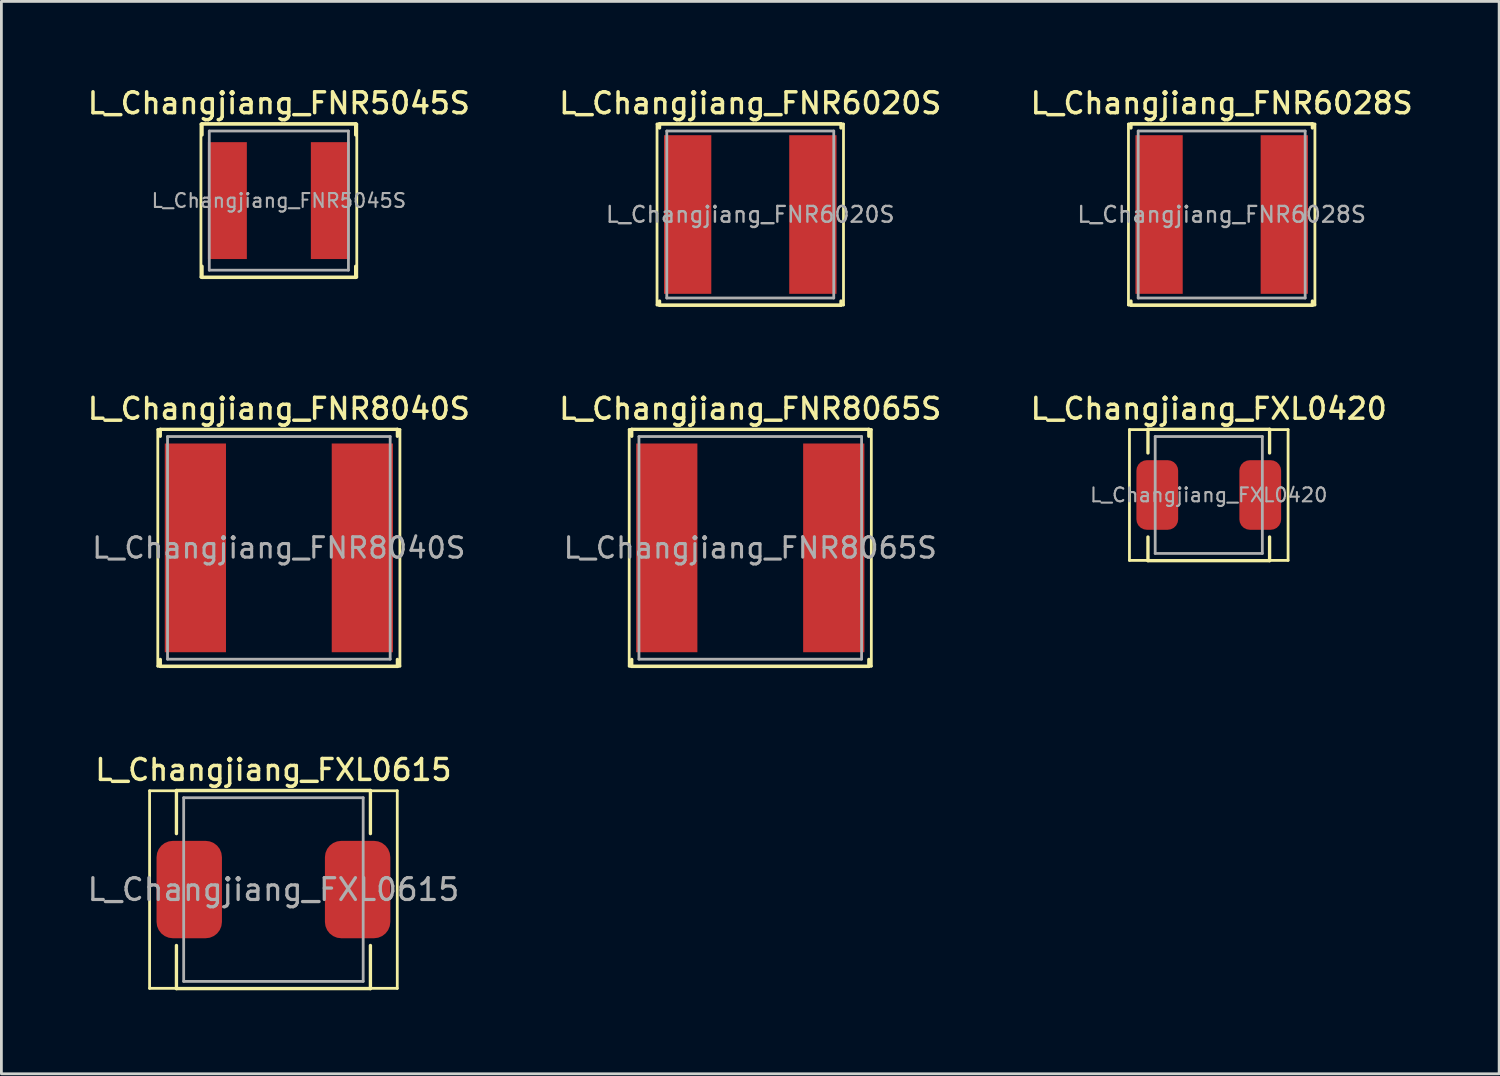
<source format=kicad_pcb>
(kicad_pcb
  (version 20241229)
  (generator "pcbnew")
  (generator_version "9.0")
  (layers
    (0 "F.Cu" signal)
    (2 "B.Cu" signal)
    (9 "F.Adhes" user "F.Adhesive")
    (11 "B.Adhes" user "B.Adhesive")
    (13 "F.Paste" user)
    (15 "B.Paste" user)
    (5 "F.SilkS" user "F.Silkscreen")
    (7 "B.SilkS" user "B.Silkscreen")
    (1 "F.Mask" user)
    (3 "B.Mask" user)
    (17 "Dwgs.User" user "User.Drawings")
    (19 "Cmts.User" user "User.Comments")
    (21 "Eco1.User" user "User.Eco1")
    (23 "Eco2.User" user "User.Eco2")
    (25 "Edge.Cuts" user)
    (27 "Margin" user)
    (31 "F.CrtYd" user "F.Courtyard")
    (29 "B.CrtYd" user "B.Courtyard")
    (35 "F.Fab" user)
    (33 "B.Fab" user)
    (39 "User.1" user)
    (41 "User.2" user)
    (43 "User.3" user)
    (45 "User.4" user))
  (footprint "L_Changjiang_FXL0420"
    (layer "F.Cu")
    (at 40.384 14.736)
    (property "Reference" "L_Changjiang_FXL0420" (at 0 -3.1 0) (layer "F.SilkS") (effects (font (size 0.75 0.75) (thickness 0.125))))
    (attr smd)
    (fp_line (start -2.85 -2.35) (end -2.85 2.35) (stroke (width 0.1) (type solid)) (layer "F.SilkS"))
    (fp_line (start -2.85 2.35) (end 2.85 2.35) (stroke (width 0.1) (type solid)) (layer "F.SilkS"))
    (fp_line (start -2.185 -2.36) (end -2.185 -1.51) (stroke (width 0.12) (type solid)) (layer "F.SilkS"))
    (fp_line (start -2.185 -2.36) (end 2.185 -2.36) (stroke (width 0.12) (type solid)) (layer "F.SilkS"))
    (fp_line (start -2.185 2.36) (end -2.185 1.51) (stroke (width 0.12) (type solid)) (layer "F.SilkS"))
    (fp_line (start -2.185 2.36) (end 2.185 2.36) (stroke (width 0.12) (type solid)) (layer "F.SilkS"))
    (fp_line (start 2.185 -2.36) (end 2.185 -1.51) (stroke (width 0.12) (type solid)) (layer "F.SilkS"))
    (fp_line (start 2.185 2.36) (end 2.185 1.51) (stroke (width 0.12) (type solid)) (layer "F.SilkS"))
    (fp_line (start 2.85 -2.35) (end -2.85 -2.35) (stroke (width 0.1) (type solid)) (layer "F.SilkS"))
    (fp_line (start 2.85 2.35) (end 2.85 -2.35) (stroke (width 0.1) (type solid)) (layer "F.SilkS"))
    (fp_line (start -1.925 -2.1) (end -1.925 2.1) (stroke (width 0.1) (type solid)) (layer "F.Fab"))
    (fp_line (start -1.925 2.1) (end 1.925 2.1) (stroke (width 0.1) (type solid)) (layer "F.Fab"))
    (fp_line (start 1.925 -2.1) (end -1.925 -2.1) (stroke (width 0.1) (type solid)) (layer "F.Fab"))
    (fp_line (start 1.925 2.1) (end 1.925 -2.1) (stroke (width 0.1) (type solid)) (layer "F.Fab"))
    (fp_text user "${REFERENCE}" (at 0 0 0) (layer "F.Fab") (effects (font (size 0.5 0.5) (thickness 0.075))))
    (pad "1" smd roundrect (at -1.85 0) (size 1.5 2.5) (layers "F.Cu" "F.Mask" "F.Paste") (roundrect_rratio 0.25))
    (pad "2" smd roundrect (at 1.85 0) (size 1.5 2.5) (layers "F.Cu" "F.Mask" "F.Paste") (roundrect_rratio 0.25)))
  (footprint "L_Changjiang_FNR8040S"
    (layer "F.Cu")
    (at 6.97 16.636)
    (property "Reference" "L_Changjiang_FNR8040S" (at 0 -5 0) (layer "F.SilkS") (effects (font (size 0.75 0.75) (thickness 0.125))))
    (attr smd)
    (fp_line (start -4.35 -4.25) (end -4.35 4.25) (stroke (width 0.1) (type solid)) (layer "F.SilkS"))
    (fp_line (start -4.35 4.25) (end 4.35 4.25) (stroke (width 0.1) (type solid)) (layer "F.SilkS"))
    (fp_line (start -4.26 -4.26) (end -4.26 -4.01) (stroke (width 0.12) (type solid)) (layer "F.SilkS"))
    (fp_line (start -4.26 -4.26) (end 4.26 -4.26) (stroke (width 0.12) (type solid)) (layer "F.SilkS"))
    (fp_line (start -4.26 4.26) (end -4.26 4.01) (stroke (width 0.12) (type solid)) (layer "F.SilkS"))
    (fp_line (start -4.26 4.26) (end 4.26 4.26) (stroke (width 0.12) (type solid)) (layer "F.SilkS"))
    (fp_line (start 4.26 -4.26) (end 4.26 -4.01) (stroke (width 0.12) (type solid)) (layer "F.SilkS"))
    (fp_line (start 4.26 4.26) (end 4.26 4.01) (stroke (width 0.12) (type solid)) (layer "F.SilkS"))
    (fp_line (start 4.35 -4.25) (end -4.35 -4.25) (stroke (width 0.1) (type solid)) (layer "F.SilkS"))
    (fp_line (start 4.35 4.25) (end 4.35 -4.25) (stroke (width 0.1) (type solid)) (layer "F.SilkS"))
    (fp_line (start -4 -4) (end -4 4) (stroke (width 0.1) (type solid)) (layer "F.Fab"))
    (fp_line (start -4 4) (end 4 4) (stroke (width 0.1) (type solid)) (layer "F.Fab"))
    (fp_line (start 4 -4) (end -4 -4) (stroke (width 0.1) (type solid)) (layer "F.Fab"))
    (fp_line (start 4 4) (end 4 -4) (stroke (width 0.1) (type solid)) (layer "F.Fab"))
    (fp_text user "${REFERENCE}" (at 0 0 0) (layer "F.Fab") (effects (font (size 0.733 0.733) (thickness 0.11))))
    (pad "1" smd rect (at -3 0) (size 2.2 7.5) (layers "F.Cu" "F.Mask" "F.Paste"))
    (pad "2" smd rect (at 3 0) (size 2.2 7.5) (layers "F.Cu" "F.Mask" "F.Paste")))
  (footprint "L_Changjiang_FNR6020S"
    (layer "F.Cu")
    (at 23.909 4.658)
    (property "Reference" "L_Changjiang_FNR6020S" (at 0 -4 0) (layer "F.SilkS") (effects (font (size 0.75 0.75) (thickness 0.125))))
    (attr smd)
    (fp_line (start -3.35 -3.25) (end -3.35 3.25) (stroke (width 0.1) (type solid)) (layer "F.SilkS"))
    (fp_line (start -3.35 3.25) (end 3.35 3.25) (stroke (width 0.1) (type solid)) (layer "F.SilkS"))
    (fp_line (start -3.26 -3.26) (end -3.26 -3.11) (stroke (width 0.12) (type solid)) (layer "F.SilkS"))
    (fp_line (start -3.26 -3.26) (end 3.26 -3.26) (stroke (width 0.12) (type solid)) (layer "F.SilkS"))
    (fp_line (start -3.26 3.26) (end -3.26 3.11) (stroke (width 0.12) (type solid)) (layer "F.SilkS"))
    (fp_line (start -3.26 3.26) (end 3.26 3.26) (stroke (width 0.12) (type solid)) (layer "F.SilkS"))
    (fp_line (start 3.26 -3.26) (end 3.26 -3.11) (stroke (width 0.12) (type solid)) (layer "F.SilkS"))
    (fp_line (start 3.26 3.26) (end 3.26 3.11) (stroke (width 0.12) (type solid)) (layer "F.SilkS"))
    (fp_line (start 3.35 -3.25) (end -3.35 -3.25) (stroke (width 0.1) (type solid)) (layer "F.SilkS"))
    (fp_line (start 3.35 3.25) (end 3.35 -3.25) (stroke (width 0.1) (type solid)) (layer "F.SilkS"))
    (fp_line (start -3 -3) (end -3 3) (stroke (width 0.1) (type solid)) (layer "F.Fab"))
    (fp_line (start -3 3) (end 3 3) (stroke (width 0.1) (type solid)) (layer "F.Fab"))
    (fp_line (start 3 -3) (end -3 -3) (stroke (width 0.1) (type solid)) (layer "F.Fab"))
    (fp_line (start 3 3) (end 3 -3) (stroke (width 0.1) (type solid)) (layer "F.Fab"))
    (fp_text user "${REFERENCE}" (at 0 0 0) (layer "F.Fab") (effects (font (size 0.567 0.567) (thickness 0.085))))
    (pad "1" smd rect (at -2.25 0) (size 1.7 5.7) (layers "F.Cu" "F.Mask" "F.Paste"))
    (pad "2" smd rect (at 2.25 0) (size 1.7 5.7) (layers "F.Cu" "F.Mask" "F.Paste")))
  (footprint "L_Changjiang_FNR6028S"
    (layer "F.Cu")
    (at 40.848 4.658)
    (property "Reference" "L_Changjiang_FNR6028S" (at 0 -4 0) (layer "F.SilkS") (effects (font (size 0.75 0.75) (thickness 0.125))))
    (attr smd)
    (fp_line (start -3.35 -3.25) (end -3.35 3.25) (stroke (width 0.1) (type solid)) (layer "F.SilkS"))
    (fp_line (start -3.35 3.25) (end 3.35 3.25) (stroke (width 0.1) (type solid)) (layer "F.SilkS"))
    (fp_line (start -3.26 -3.26) (end -3.26 -3.11) (stroke (width 0.12) (type solid)) (layer "F.SilkS"))
    (fp_line (start -3.26 -3.26) (end 3.26 -3.26) (stroke (width 0.12) (type solid)) (layer "F.SilkS"))
    (fp_line (start -3.26 3.26) (end -3.26 3.11) (stroke (width 0.12) (type solid)) (layer "F.SilkS"))
    (fp_line (start -3.26 3.26) (end 3.26 3.26) (stroke (width 0.12) (type solid)) (layer "F.SilkS"))
    (fp_line (start 3.26 -3.26) (end 3.26 -3.11) (stroke (width 0.12) (type solid)) (layer "F.SilkS"))
    (fp_line (start 3.26 3.26) (end 3.26 3.11) (stroke (width 0.12) (type solid)) (layer "F.SilkS"))
    (fp_line (start 3.35 -3.25) (end -3.35 -3.25) (stroke (width 0.1) (type solid)) (layer "F.SilkS"))
    (fp_line (start 3.35 3.25) (end 3.35 -3.25) (stroke (width 0.1) (type solid)) (layer "F.SilkS"))
    (fp_line (start -3 -3) (end -3 3) (stroke (width 0.1) (type solid)) (layer "F.Fab"))
    (fp_line (start -3 3) (end 3 3) (stroke (width 0.1) (type solid)) (layer "F.Fab"))
    (fp_line (start 3 -3) (end -3 -3) (stroke (width 0.1) (type solid)) (layer "F.Fab"))
    (fp_line (start 3 3) (end 3 -3) (stroke (width 0.1) (type solid)) (layer "F.Fab"))
    (fp_text user "${REFERENCE}" (at 0 0 0) (layer "F.Fab") (effects (font (size 0.567 0.567) (thickness 0.085))))
    (pad "1" smd rect (at -2.25 0) (size 1.7 5.7) (layers "F.Cu" "F.Mask" "F.Paste"))
    (pad "2" smd rect (at 2.25 0) (size 1.7 5.7) (layers "F.Cu" "F.Mask" "F.Paste")))
  (footprint "L_Changjiang_FXL0615"
    (layer "F.Cu")
    (at 6.775 28.914)
    (property "Reference" "L_Changjiang_FXL0615" (at 0 -4.3 0) (layer "F.SilkS") (effects (font (size 0.75 0.75) (thickness 0.125))))
    (attr smd)
    (fp_line (start -4.45 -3.55) (end -4.45 3.55) (stroke (width 0.1) (type solid)) (layer "F.SilkS"))
    (fp_line (start -4.45 3.55) (end 4.45 3.55) (stroke (width 0.1) (type solid)) (layer "F.SilkS"))
    (fp_line (start -3.485 -3.56) (end -3.485 -2.01) (stroke (width 0.12) (type solid)) (layer "F.SilkS"))
    (fp_line (start -3.485 -3.56) (end 3.485 -3.56) (stroke (width 0.12) (type solid)) (layer "F.SilkS"))
    (fp_line (start -3.485 3.56) (end -3.485 2.01) (stroke (width 0.12) (type solid)) (layer "F.SilkS"))
    (fp_line (start -3.485 3.56) (end 3.485 3.56) (stroke (width 0.12) (type solid)) (layer "F.SilkS"))
    (fp_line (start 3.485 -3.56) (end 3.485 -2.01) (stroke (width 0.12) (type solid)) (layer "F.SilkS"))
    (fp_line (start 3.485 3.56) (end 3.485 2.01) (stroke (width 0.12) (type solid)) (layer "F.SilkS"))
    (fp_line (start 4.45 -3.55) (end -4.45 -3.55) (stroke (width 0.1) (type solid)) (layer "F.SilkS"))
    (fp_line (start 4.45 3.55) (end 4.45 -3.55) (stroke (width 0.1) (type solid)) (layer "F.SilkS"))
    (fp_line (start -3.225 -3.3) (end -3.225 3.3) (stroke (width 0.1) (type solid)) (layer "F.Fab"))
    (fp_line (start -3.225 3.3) (end 3.225 3.3) (stroke (width 0.1) (type solid)) (layer "F.Fab"))
    (fp_line (start 3.225 -3.3) (end -3.225 -3.3) (stroke (width 0.1) (type solid)) (layer "F.Fab"))
    (fp_line (start 3.225 3.3) (end 3.225 -3.3) (stroke (width 0.1) (type solid)) (layer "F.Fab"))
    (fp_text user "${REFERENCE}" (at 0 0 0) (layer "F.Fab") (effects (font (size 0.783 0.783) (thickness 0.117))))
    (pad "1" smd roundrect (at -3.025 0) (size 2.35 3.5) (layers "F.Cu" "F.Mask" "F.Paste") (roundrect_rratio 0.25))
    (pad "2" smd roundrect (at 3.025 0) (size 2.35 3.5) (layers "F.Cu" "F.Mask" "F.Paste") (roundrect_rratio 0.25)))
  (footprint "L_Changjiang_FNR8065S"
    (layer "F.Cu")
    (at 23.909 16.636)
    (property "Reference" "L_Changjiang_FNR8065S" (at 0 -5 0) (layer "F.SilkS") (effects (font (size 0.75 0.75) (thickness 0.125))))
    (attr smd)
    (fp_line (start -4.35 -4.25) (end -4.35 4.25) (stroke (width 0.1) (type solid)) (layer "F.SilkS"))
    (fp_line (start -4.35 4.25) (end 4.35 4.25) (stroke (width 0.1) (type solid)) (layer "F.SilkS"))
    (fp_line (start -4.26 -4.26) (end -4.26 -4.01) (stroke (width 0.12) (type solid)) (layer "F.SilkS"))
    (fp_line (start -4.26 -4.26) (end 4.26 -4.26) (stroke (width 0.12) (type solid)) (layer "F.SilkS"))
    (fp_line (start -4.26 4.26) (end -4.26 4.01) (stroke (width 0.12) (type solid)) (layer "F.SilkS"))
    (fp_line (start -4.26 4.26) (end 4.26 4.26) (stroke (width 0.12) (type solid)) (layer "F.SilkS"))
    (fp_line (start 4.26 -4.26) (end 4.26 -4.01) (stroke (width 0.12) (type solid)) (layer "F.SilkS"))
    (fp_line (start 4.26 4.26) (end 4.26 4.01) (stroke (width 0.12) (type solid)) (layer "F.SilkS"))
    (fp_line (start 4.35 -4.25) (end -4.35 -4.25) (stroke (width 0.1) (type solid)) (layer "F.SilkS"))
    (fp_line (start 4.35 4.25) (end 4.35 -4.25) (stroke (width 0.1) (type solid)) (layer "F.SilkS"))
    (fp_line (start -4 -4) (end -4 4) (stroke (width 0.1) (type solid)) (layer "F.Fab"))
    (fp_line (start -4 4) (end 4 4) (stroke (width 0.1) (type solid)) (layer "F.Fab"))
    (fp_line (start 4 -4) (end -4 -4) (stroke (width 0.1) (type solid)) (layer "F.Fab"))
    (fp_line (start 4 4) (end 4 -4) (stroke (width 0.1) (type solid)) (layer "F.Fab"))
    (fp_text user "${REFERENCE}" (at 0 0 0) (layer "F.Fab") (effects (font (size 0.733 0.733) (thickness 0.11))))
    (pad "1" smd rect (at -3 0) (size 2.2 7.5) (layers "F.Cu" "F.Mask" "F.Paste"))
    (pad "2" smd rect (at 3 0) (size 2.2 7.5) (layers "F.Cu" "F.Mask" "F.Paste")))
  (footprint "L_Changjiang_FNR5045S"
    (layer "F.Cu")
    (at 6.97 4.158)
    (property "Reference" "L_Changjiang_FNR5045S" (at 0 -3.5 0) (layer "F.SilkS") (effects (font (size 0.75 0.75) (thickness 0.125))))
    (attr smd)
    (fp_line (start -2.8 -2.75) (end -2.8 2.75) (stroke (width 0.1) (type solid)) (layer "F.SilkS"))
    (fp_line (start -2.8 2.75) (end 2.8 2.75) (stroke (width 0.1) (type solid)) (layer "F.SilkS"))
    (fp_line (start -2.76 -2.76) (end -2.76 -2.36) (stroke (width 0.12) (type solid)) (layer "F.SilkS"))
    (fp_line (start -2.76 -2.76) (end 2.76 -2.76) (stroke (width 0.12) (type solid)) (layer "F.SilkS"))
    (fp_line (start -2.76 2.76) (end -2.76 2.36) (stroke (width 0.12) (type solid)) (layer "F.SilkS"))
    (fp_line (start -2.76 2.76) (end 2.76 2.76) (stroke (width 0.12) (type solid)) (layer "F.SilkS"))
    (fp_line (start 2.76 -2.76) (end 2.76 -2.36) (stroke (width 0.12) (type solid)) (layer "F.SilkS"))
    (fp_line (start 2.76 2.76) (end 2.76 2.36) (stroke (width 0.12) (type solid)) (layer "F.SilkS"))
    (fp_line (start 2.8 -2.75) (end -2.8 -2.75) (stroke (width 0.1) (type solid)) (layer "F.SilkS"))
    (fp_line (start 2.8 2.75) (end 2.8 -2.75) (stroke (width 0.1) (type solid)) (layer "F.SilkS"))
    (fp_line (start -2.5 -2.5) (end -2.5 2.5) (stroke (width 0.1) (type solid)) (layer "F.Fab"))
    (fp_line (start -2.5 2.5) (end 2.5 2.5) (stroke (width 0.1) (type solid)) (layer "F.Fab"))
    (fp_line (start 2.5 -2.5) (end -2.5 -2.5) (stroke (width 0.1) (type solid)) (layer "F.Fab"))
    (fp_line (start 2.5 2.5) (end 2.5 -2.5) (stroke (width 0.1) (type solid)) (layer "F.Fab"))
    (fp_text user "${REFERENCE}" (at 0 0 0) (layer "F.Fab") (effects (font (size 0.5 0.5) (thickness 0.075))))
    (pad "1" smd rect (at -1.85 0) (size 1.4 4.2) (layers "F.Cu" "F.Mask" "F.Paste"))
    (pad "2" smd rect (at 1.85 0) (size 1.4 4.2) (layers "F.Cu" "F.Mask" "F.Paste")))
  (gr_rect
    (start -3 -3)
    (end 50.818 35.534)
    (stroke (width 0.1) (type default))
    (fill no)
    (layer "Edge.Cuts")))
</source>
